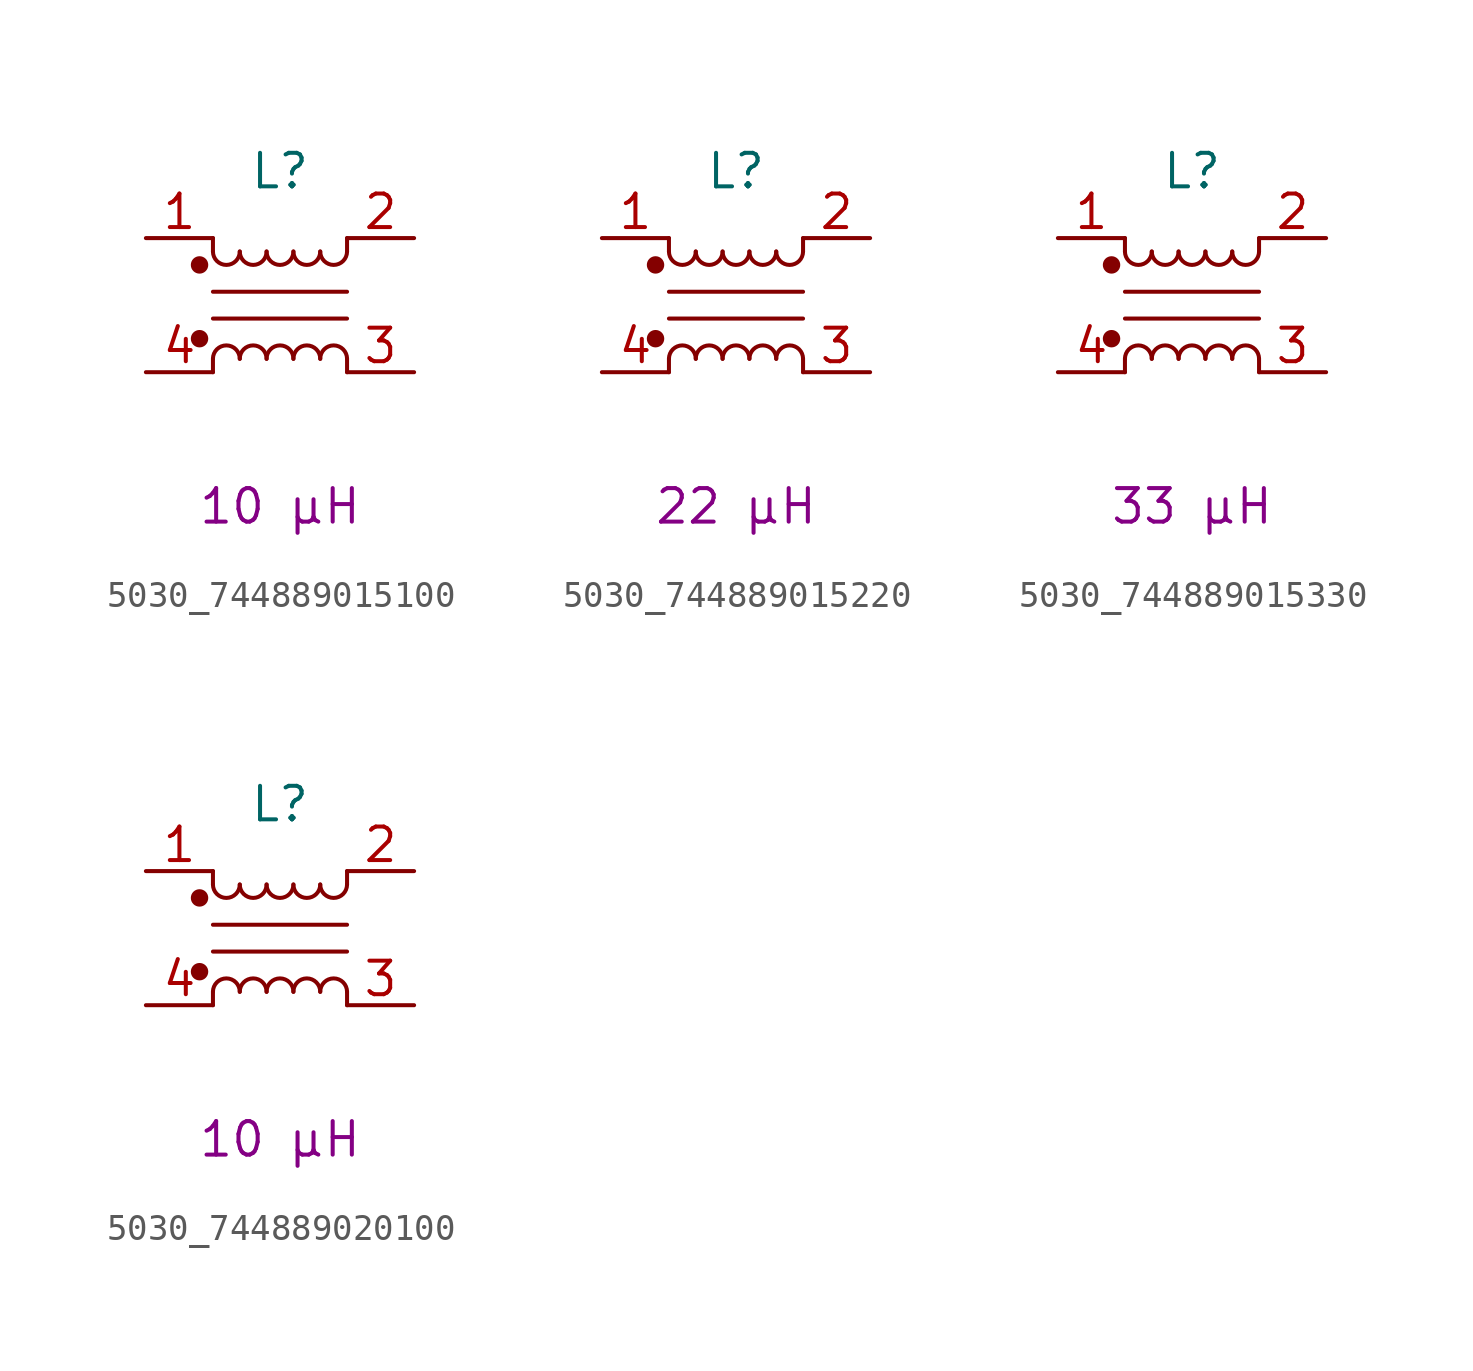
<source format=kicad_sym>
(kicad_symbol_lib
  (version 20220914)
  (generator kicad_symbol_editor)
  (symbol "5030_744889015100"
    (pin_names hide)
    (property "Reference" "L"
      (at 0 5.08 0)
      (effects (font (size 1.27 1.27))))
    (property "Critical Parameter" "10 µH"
      (at 0 -7.62 0)
      (effects (font (size 1.27 1.27))))
    (symbol "5030_744889015100_0_1"
      (circle (center -3.048 -1.27) (radius 0.254) (stroke (width 0) (type default)) (fill (type outline)))
      (circle (center -3.048 1.524) (radius 0.254) (stroke (width 0) (type default)) (fill (type outline)))
      (arc (start -2.54 2.032) (mid -2.032 1.5262) (end -1.524 2.032) (stroke (width 0) (type default)) (fill (type none)))
      (arc (start -1.524 -2.032) (mid -2.032 -1.5262) (end -2.54 -2.032) (stroke (width 0) (type default)) (fill (type none)))
      (arc (start -1.524 2.032) (mid -1.016 1.5262) (end -0.508 2.032) (stroke (width 0) (type default)) (fill (type none)))
      (arc (start -0.508 -2.032) (mid -1.016 -1.5262) (end -1.524 -2.032) (stroke (width 0) (type default)) (fill (type none)))
      (arc (start -0.508 2.032) (mid 0 1.5262) (end 0.508 2.032) (stroke (width 0) (type default)) (fill (type none)))
      (polyline (pts (xy -2.54 -2.032) (xy -2.54 -2.54)) (stroke (width 0) (type default)) (fill (type none)))
      (polyline (pts (xy -2.54 0.508) (xy 2.54 0.508)) (stroke (width 0) (type default)) (fill (type none)))
      (polyline (pts (xy -2.54 2.032) (xy -2.54 2.54)) (stroke (width 0) (type default)) (fill (type none)))
      (polyline (pts (xy 2.54 -2.032) (xy 2.54 -2.54)) (stroke (width 0) (type default)) (fill (type none)))
      (polyline (pts (xy 2.54 -0.508) (xy -2.54 -0.508)) (stroke (width 0) (type default)) (fill (type none)))
      (polyline (pts (xy 2.54 2.54) (xy 2.54 2.032)) (stroke (width 0) (type default)) (fill (type none)))
      (arc (start 0.508 -2.032) (mid 0 -1.5262) (end -0.508 -2.032) (stroke (width 0) (type default)) (fill (type none)))
      (arc (start 0.508 2.032) (mid 1.016 1.5262) (end 1.524 2.032) (stroke (width 0) (type default)) (fill (type none)))
      (arc (start 1.524 -2.032) (mid 1.016 -1.5262) (end 0.508 -2.032) (stroke (width 0) (type default)) (fill (type none)))
      (arc (start 1.524 2.032) (mid 2.032 1.5262) (end 2.54 2.032) (stroke (width 0) (type default)) (fill (type none)))
      (arc (start 2.54 -2.032) (mid 2.032 -1.5262) (end 1.524 -2.032) (stroke (width 0) (type default)) (fill (type none))))
    (symbol "5030_744889015100_1_1"
      (pin passive line (at -5.08 2.54 0) (length 2.54) (name "1" (effects (font (size 1.27 1.27)))) (number "1" (effects (font (size 1.27 1.27)))))
      (pin passive line (at 5.08 2.54 180) (length 2.54) (name "2" (effects (font (size 1.27 1.27)))) (number "2" (effects (font (size 1.27 1.27)))))
      (pin passive line (at 5.08 -2.54 180) (length 2.54) (name "3" (effects (font (size 1.27 1.27)))) (number "3" (effects (font (size 1.27 1.27)))))
      (pin passive line (at -5.08 -2.54 0) (length 2.54) (name "4" (effects (font (size 1.27 1.27)))) (number "4" (effects (font (size 1.27 1.27)))))))
  (symbol "5030_744889015220"
    (pin_names hide)
    (property "Reference" "L"
      (at 0 5.08 0)
      (effects (font (size 1.27 1.27))))
    (property "Critical Parameter" "22 µH"
      (at 0 -7.62 0)
      (effects (font (size 1.27 1.27))))
    (symbol "5030_744889015220_0_1"
      (circle (center -3.048 -1.27) (radius 0.254) (stroke (width 0) (type default)) (fill (type outline)))
      (circle (center -3.048 1.524) (radius 0.254) (stroke (width 0) (type default)) (fill (type outline)))
      (arc (start -2.54 2.032) (mid -2.032 1.5262) (end -1.524 2.032) (stroke (width 0) (type default)) (fill (type none)))
      (arc (start -1.524 -2.032) (mid -2.032 -1.5262) (end -2.54 -2.032) (stroke (width 0) (type default)) (fill (type none)))
      (arc (start -1.524 2.032) (mid -1.016 1.5262) (end -0.508 2.032) (stroke (width 0) (type default)) (fill (type none)))
      (arc (start -0.508 -2.032) (mid -1.016 -1.5262) (end -1.524 -2.032) (stroke (width 0) (type default)) (fill (type none)))
      (arc (start -0.508 2.032) (mid 0 1.5262) (end 0.508 2.032) (stroke (width 0) (type default)) (fill (type none)))
      (polyline (pts (xy -2.54 -2.032) (xy -2.54 -2.54)) (stroke (width 0) (type default)) (fill (type none)))
      (polyline (pts (xy -2.54 0.508) (xy 2.54 0.508)) (stroke (width 0) (type default)) (fill (type none)))
      (polyline (pts (xy -2.54 2.032) (xy -2.54 2.54)) (stroke (width 0) (type default)) (fill (type none)))
      (polyline (pts (xy 2.54 -2.032) (xy 2.54 -2.54)) (stroke (width 0) (type default)) (fill (type none)))
      (polyline (pts (xy 2.54 -0.508) (xy -2.54 -0.508)) (stroke (width 0) (type default)) (fill (type none)))
      (polyline (pts (xy 2.54 2.54) (xy 2.54 2.032)) (stroke (width 0) (type default)) (fill (type none)))
      (arc (start 0.508 -2.032) (mid 0 -1.5262) (end -0.508 -2.032) (stroke (width 0) (type default)) (fill (type none)))
      (arc (start 0.508 2.032) (mid 1.016 1.5262) (end 1.524 2.032) (stroke (width 0) (type default)) (fill (type none)))
      (arc (start 1.524 -2.032) (mid 1.016 -1.5262) (end 0.508 -2.032) (stroke (width 0) (type default)) (fill (type none)))
      (arc (start 1.524 2.032) (mid 2.032 1.5262) (end 2.54 2.032) (stroke (width 0) (type default)) (fill (type none)))
      (arc (start 2.54 -2.032) (mid 2.032 -1.5262) (end 1.524 -2.032) (stroke (width 0) (type default)) (fill (type none))))
    (symbol "5030_744889015220_1_1"
      (pin passive line (at -5.08 2.54 0) (length 2.54) (name "1" (effects (font (size 1.27 1.27)))) (number "1" (effects (font (size 1.27 1.27)))))
      (pin passive line (at 5.08 2.54 180) (length 2.54) (name "2" (effects (font (size 1.27 1.27)))) (number "2" (effects (font (size 1.27 1.27)))))
      (pin passive line (at 5.08 -2.54 180) (length 2.54) (name "3" (effects (font (size 1.27 1.27)))) (number "3" (effects (font (size 1.27 1.27)))))
      (pin passive line (at -5.08 -2.54 0) (length 2.54) (name "4" (effects (font (size 1.27 1.27)))) (number "4" (effects (font (size 1.27 1.27)))))))
  (symbol "5030_744889015330"
    (pin_names hide)
    (property "Reference" "L"
      (at 0 5.08 0)
      (effects (font (size 1.27 1.27))))
    (property "Critical Parameter" "33 µH"
      (at 0 -7.62 0)
      (effects (font (size 1.27 1.27))))
    (symbol "5030_744889015330_0_1"
      (circle (center -3.048 -1.27) (radius 0.254) (stroke (width 0) (type default)) (fill (type outline)))
      (circle (center -3.048 1.524) (radius 0.254) (stroke (width 0) (type default)) (fill (type outline)))
      (arc (start -2.54 2.032) (mid -2.032 1.5262) (end -1.524 2.032) (stroke (width 0) (type default)) (fill (type none)))
      (arc (start -1.524 -2.032) (mid -2.032 -1.5262) (end -2.54 -2.032) (stroke (width 0) (type default)) (fill (type none)))
      (arc (start -1.524 2.032) (mid -1.016 1.5262) (end -0.508 2.032) (stroke (width 0) (type default)) (fill (type none)))
      (arc (start -0.508 -2.032) (mid -1.016 -1.5262) (end -1.524 -2.032) (stroke (width 0) (type default)) (fill (type none)))
      (arc (start -0.508 2.032) (mid 0 1.5262) (end 0.508 2.032) (stroke (width 0) (type default)) (fill (type none)))
      (polyline (pts (xy -2.54 -2.032) (xy -2.54 -2.54)) (stroke (width 0) (type default)) (fill (type none)))
      (polyline (pts (xy -2.54 0.508) (xy 2.54 0.508)) (stroke (width 0) (type default)) (fill (type none)))
      (polyline (pts (xy -2.54 2.032) (xy -2.54 2.54)) (stroke (width 0) (type default)) (fill (type none)))
      (polyline (pts (xy 2.54 -2.032) (xy 2.54 -2.54)) (stroke (width 0) (type default)) (fill (type none)))
      (polyline (pts (xy 2.54 -0.508) (xy -2.54 -0.508)) (stroke (width 0) (type default)) (fill (type none)))
      (polyline (pts (xy 2.54 2.54) (xy 2.54 2.032)) (stroke (width 0) (type default)) (fill (type none)))
      (arc (start 0.508 -2.032) (mid 0 -1.5262) (end -0.508 -2.032) (stroke (width 0) (type default)) (fill (type none)))
      (arc (start 0.508 2.032) (mid 1.016 1.5262) (end 1.524 2.032) (stroke (width 0) (type default)) (fill (type none)))
      (arc (start 1.524 -2.032) (mid 1.016 -1.5262) (end 0.508 -2.032) (stroke (width 0) (type default)) (fill (type none)))
      (arc (start 1.524 2.032) (mid 2.032 1.5262) (end 2.54 2.032) (stroke (width 0) (type default)) (fill (type none)))
      (arc (start 2.54 -2.032) (mid 2.032 -1.5262) (end 1.524 -2.032) (stroke (width 0) (type default)) (fill (type none))))
    (symbol "5030_744889015330_1_1"
      (pin passive line (at -5.08 2.54 0) (length 2.54) (name "1" (effects (font (size 1.27 1.27)))) (number "1" (effects (font (size 1.27 1.27)))))
      (pin passive line (at 5.08 2.54 180) (length 2.54) (name "2" (effects (font (size 1.27 1.27)))) (number "2" (effects (font (size 1.27 1.27)))))
      (pin passive line (at 5.08 -2.54 180) (length 2.54) (name "3" (effects (font (size 1.27 1.27)))) (number "3" (effects (font (size 1.27 1.27)))))
      (pin passive line (at -5.08 -2.54 0) (length 2.54) (name "4" (effects (font (size 1.27 1.27)))) (number "4" (effects (font (size 1.27 1.27)))))))
  (symbol "5030_744889020100"
    (pin_names hide)
    (property "Reference" "L"
      (at 0 5.08 0)
      (effects (font (size 1.27 1.27))))
    (property "Critical Parameter" "10 µH"
      (at 0 -7.62 0)
      (effects (font (size 1.27 1.27))))
    (symbol "5030_744889020100_0_1"
      (circle (center -3.048 -1.27) (radius 0.254) (stroke (width 0) (type default)) (fill (type outline)))
      (circle (center -3.048 1.524) (radius 0.254) (stroke (width 0) (type default)) (fill (type outline)))
      (arc (start -2.54 2.032) (mid -2.032 1.5262) (end -1.524 2.032) (stroke (width 0) (type default)) (fill (type none)))
      (arc (start -1.524 -2.032) (mid -2.032 -1.5262) (end -2.54 -2.032) (stroke (width 0) (type default)) (fill (type none)))
      (arc (start -1.524 2.032) (mid -1.016 1.5262) (end -0.508 2.032) (stroke (width 0) (type default)) (fill (type none)))
      (arc (start -0.508 -2.032) (mid -1.016 -1.5262) (end -1.524 -2.032) (stroke (width 0) (type default)) (fill (type none)))
      (arc (start -0.508 2.032) (mid 0 1.5262) (end 0.508 2.032) (stroke (width 0) (type default)) (fill (type none)))
      (polyline (pts (xy -2.54 -2.032) (xy -2.54 -2.54)) (stroke (width 0) (type default)) (fill (type none)))
      (polyline (pts (xy -2.54 0.508) (xy 2.54 0.508)) (stroke (width 0) (type default)) (fill (type none)))
      (polyline (pts (xy -2.54 2.032) (xy -2.54 2.54)) (stroke (width 0) (type default)) (fill (type none)))
      (polyline (pts (xy 2.54 -2.032) (xy 2.54 -2.54)) (stroke (width 0) (type default)) (fill (type none)))
      (polyline (pts (xy 2.54 -0.508) (xy -2.54 -0.508)) (stroke (width 0) (type default)) (fill (type none)))
      (polyline (pts (xy 2.54 2.54) (xy 2.54 2.032)) (stroke (width 0) (type default)) (fill (type none)))
      (arc (start 0.508 -2.032) (mid 0 -1.5262) (end -0.508 -2.032) (stroke (width 0) (type default)) (fill (type none)))
      (arc (start 0.508 2.032) (mid 1.016 1.5262) (end 1.524 2.032) (stroke (width 0) (type default)) (fill (type none)))
      (arc (start 1.524 -2.032) (mid 1.016 -1.5262) (end 0.508 -2.032) (stroke (width 0) (type default)) (fill (type none)))
      (arc (start 1.524 2.032) (mid 2.032 1.5262) (end 2.54 2.032) (stroke (width 0) (type default)) (fill (type none)))
      (arc (start 2.54 -2.032) (mid 2.032 -1.5262) (end 1.524 -2.032) (stroke (width 0) (type default)) (fill (type none))))
    (symbol "5030_744889020100_1_1"
      (pin passive line (at -5.08 2.54 0) (length 2.54) (name "1" (effects (font (size 1.27 1.27)))) (number "1" (effects (font (size 1.27 1.27)))))
      (pin passive line (at 5.08 2.54 180) (length 2.54) (name "2" (effects (font (size 1.27 1.27)))) (number "2" (effects (font (size 1.27 1.27)))))
      (pin passive line (at 5.08 -2.54 180) (length 2.54) (name "3" (effects (font (size 1.27 1.27)))) (number "3" (effects (font (size 1.27 1.27)))))
      (pin passive line (at -5.08 -2.54 0) (length 2.54) (name "4" (effects (font (size 1.27 1.27)))) (number "4" (effects (font (size 1.27 1.27))))))))
</source>
